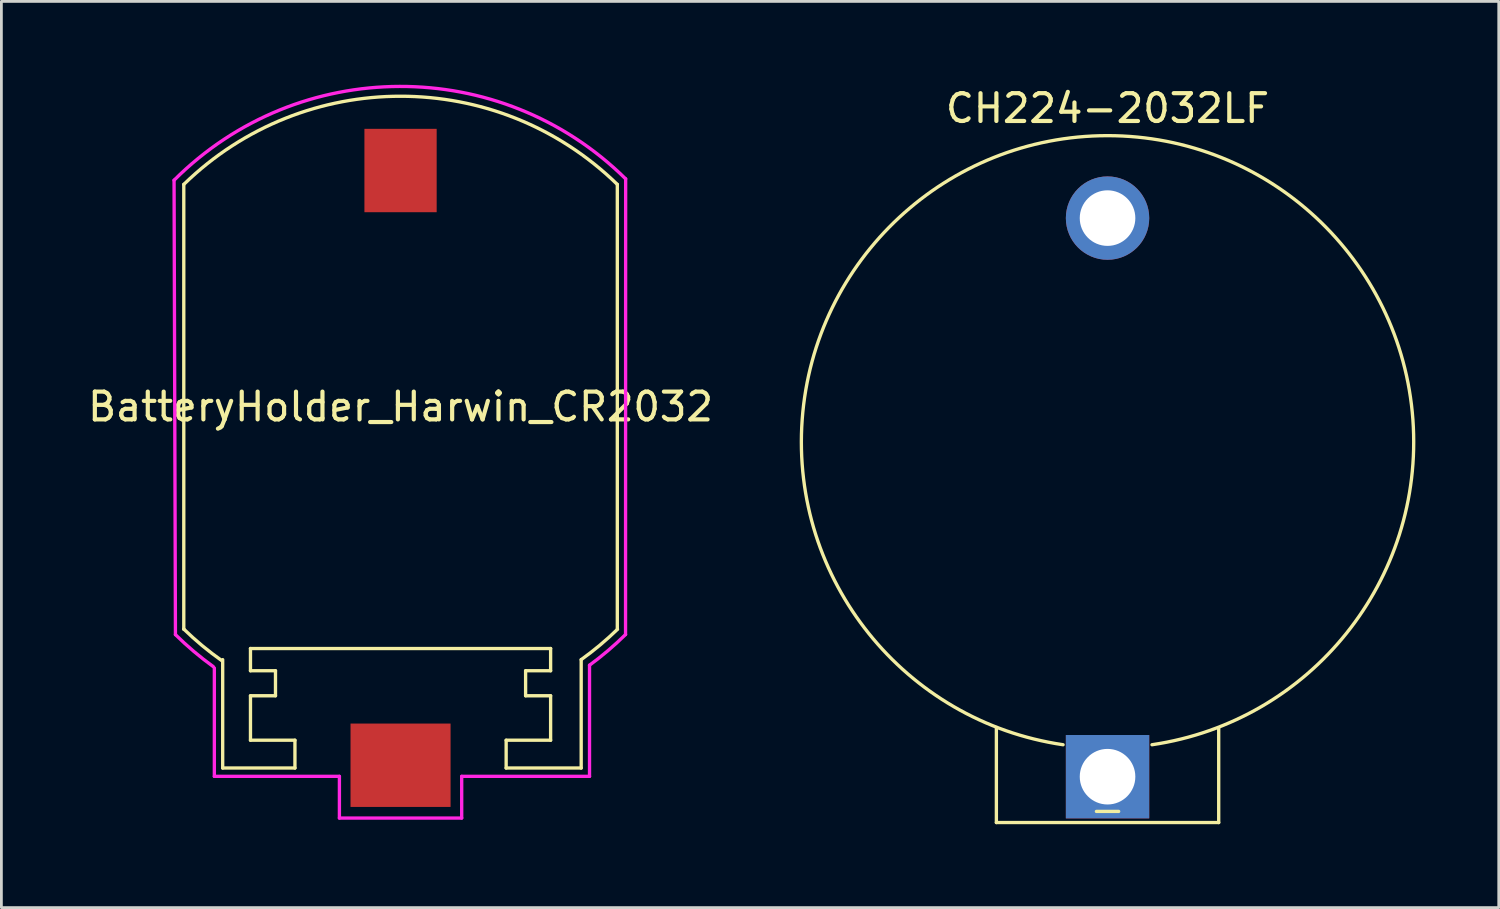
<source format=kicad_pcb>
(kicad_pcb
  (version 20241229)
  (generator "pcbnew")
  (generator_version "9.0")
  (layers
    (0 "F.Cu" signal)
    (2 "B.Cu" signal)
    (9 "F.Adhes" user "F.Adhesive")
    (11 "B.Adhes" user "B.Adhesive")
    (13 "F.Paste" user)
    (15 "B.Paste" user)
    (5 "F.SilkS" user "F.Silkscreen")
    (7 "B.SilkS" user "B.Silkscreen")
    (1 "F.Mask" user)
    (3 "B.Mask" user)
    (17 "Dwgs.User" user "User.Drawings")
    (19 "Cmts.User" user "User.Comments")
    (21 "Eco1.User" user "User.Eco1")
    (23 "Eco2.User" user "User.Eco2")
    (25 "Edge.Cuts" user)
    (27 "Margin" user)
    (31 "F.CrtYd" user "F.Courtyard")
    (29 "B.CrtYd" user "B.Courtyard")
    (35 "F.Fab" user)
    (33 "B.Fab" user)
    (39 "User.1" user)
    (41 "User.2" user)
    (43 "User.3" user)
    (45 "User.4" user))
  (footprint "BatteryHolder_Harwin_CR2032"
    (layer "F.Cu")
    (at 11.363 11.586)
    (property "Reference" "BatteryHolder_Harwin_CR2032" (at 0 0 0) (layer "F.SilkS") (effects (font (size 1 1) (thickness 0.15))))
    (attr through_hole)
    (fp_line (start -7.8 -8) (end -7.8 8) (stroke (width 0.12) (type solid)) (layer "F.SilkS"))
    (fp_line (start -7.8 8) (end -7.8 8) (stroke (width 0.12) (type solid)) (layer "F.SilkS"))
    (fp_line (start -6.4 9.1) (end -6.4 13) (stroke (width 0.12) (type solid)) (layer "F.SilkS"))
    (fp_line (start -6.4 13) (end -3.8 13) (stroke (width 0.12) (type solid)) (layer "F.SilkS"))
    (fp_line (start -5.4 8.7) (end 5.4 8.7) (stroke (width 0.12) (type solid)) (layer "F.SilkS"))
    (fp_line (start -5.4 9.5) (end -5.4 8.7) (stroke (width 0.12) (type solid)) (layer "F.SilkS"))
    (fp_line (start -5.4 10.4) (end -4.5 10.4) (stroke (width 0.12) (type solid)) (layer "F.SilkS"))
    (fp_line (start -5.4 12) (end -5.4 10.4) (stroke (width 0.12) (type solid)) (layer "F.SilkS"))
    (fp_line (start -4.5 9.5) (end -5.4 9.5) (stroke (width 0.12) (type solid)) (layer "F.SilkS"))
    (fp_line (start -4.5 10.4) (end -4.5 9.5) (stroke (width 0.12) (type solid)) (layer "F.SilkS"))
    (fp_line (start -3.8 12) (end -5.4 12) (stroke (width 0.12) (type solid)) (layer "F.SilkS"))
    (fp_line (start -3.8 13) (end -3.8 12) (stroke (width 0.12) (type solid)) (layer "F.SilkS"))
    (fp_line (start 3.8 12) (end 3.8 13) (stroke (width 0.12) (type solid)) (layer "F.SilkS"))
    (fp_line (start 3.8 13) (end 6.5 13) (stroke (width 0.12) (type solid)) (layer "F.SilkS"))
    (fp_line (start 4.5 9.5) (end 4.5 10.4) (stroke (width 0.12) (type solid)) (layer "F.SilkS"))
    (fp_line (start 4.5 10.4) (end 5.4 10.4) (stroke (width 0.12) (type solid)) (layer "F.SilkS"))
    (fp_line (start 5.4 8.7) (end 5.4 9.5) (stroke (width 0.12) (type solid)) (layer "F.SilkS"))
    (fp_line (start 5.4 9.5) (end 4.5 9.5) (stroke (width 0.12) (type solid)) (layer "F.SilkS"))
    (fp_line (start 5.4 10.4) (end 5.4 12) (stroke (width 0.12) (type solid)) (layer "F.SilkS"))
    (fp_line (start 5.4 12) (end 3.8 12) (stroke (width 0.12) (type solid)) (layer "F.SilkS"))
    (fp_line (start 6.5 13) (end 6.5 9.1) (stroke (width 0.12) (type solid)) (layer "F.SilkS"))
    (fp_line (start 7.8 -8) (end 7.8 8) (stroke (width 0.12) (type solid)) (layer "F.SilkS"))
    (fp_arc (start -7.799999 -7.999999) (mid 0 -11.173181) (end 7.799999 -7.999999) (stroke (width 0.12) (type solid)) (layer "F.SilkS"))
    (fp_arc (start -6.427604 9.139249) (mid -7.136571 8.597053) (end -7.799999 7.999999) (stroke (width 0.12) (type solid)) (layer "F.SilkS"))
    (fp_arc (start 7.80687 8.007044) (mid 7.174278 8.578444) (end 6.499999 9.099999) (stroke (width 0.12) (type solid)) (layer "F.SilkS"))
    (fp_line (start -8.15 -8.15) (end -8.1 8.2) (stroke (width 0.12) (type solid)) (layer "F.CrtYd"))
    (fp_line (start -6.7 9.4) (end -6.7 13.3) (stroke (width 0.12) (type solid)) (layer "F.CrtYd"))
    (fp_line (start -6.7 13.3) (end -2.2 13.3) (stroke (width 0.12) (type solid)) (layer "F.CrtYd"))
    (fp_line (start -2.2 13.3) (end -2.2 14.8) (stroke (width 0.12) (type solid)) (layer "F.CrtYd"))
    (fp_line (start -2.2 14.8) (end 2.2 14.8) (stroke (width 0.12) (type solid)) (layer "F.CrtYd"))
    (fp_line (start 2.2 13.3) (end 6.8 13.3) (stroke (width 0.12) (type solid)) (layer "F.CrtYd"))
    (fp_line (start 2.2 14.8) (end 2.2 13.3) (stroke (width 0.12) (type solid)) (layer "F.CrtYd"))
    (fp_line (start 6.8 13.3) (end 6.8 9.3) (stroke (width 0.12) (type solid)) (layer "F.CrtYd"))
    (fp_line (start 8.096 8.196) (end 8.1 -8.2) (stroke (width 0.12) (type solid)) (layer "F.CrtYd"))
    (fp_arc (start -8.150153 -8.150153) (mid -0.035356 -11.526003) (end 8.1 -8.2) (stroke (width 0.12) (type solid)) (layer "F.CrtYd"))
    (fp_arc (start -6.737378 9.351883) (mid -7.441011 8.802348) (end -8.099999 8.199999) (stroke (width 0.12) (type solid)) (layer "F.CrtYd"))
    (fp_arc (start 8.09634 8.196295) (mid 7.468586 8.772126) (end 6.799999 9.299999) (stroke (width 0.12) (type solid)) (layer "F.CrtYd"))
    (pad "1" smd rect (at 0 12.9) (size 3.6 3) (layers "F.Cu" "F.Mask" "F.Paste"))
    (pad "2" smd rect (at 0 -8.5) (size 2.6 3) (layers "F.Cu" "F.Mask" "F.Paste")))
  (footprint "CH224-2032LF"
    (layer "F.Cu")
    (at 36.803 12.848)
    (property "Reference" "CH224-2032LF" (at 0 -12 0) (layer "F.SilkS") (effects (font (size 1 1) (thickness 0.15))))
    (attr through_hole)
    (fp_line (start -4 13.7) (end -4 10.3) (stroke (width 0.12) (type solid)) (layer "F.SilkS"))
    (fp_line (start -4 13.7) (end 4 13.7) (stroke (width 0.12) (type solid)) (layer "F.SilkS"))
    (fp_line (start -0.4 13.3) (end 0.4 13.3) (stroke (width 0.12) (type solid)) (layer "F.SilkS"))
    (fp_line (start 4 13.7) (end 4 10.3) (stroke (width 0.12) (type solid)) (layer "F.SilkS"))
    (fp_arc (start -1.600001 10.899999) (mid 0.000001 -11.016805) (end 1.599999 10.899999) (stroke (width 0.12) (type solid)) (layer "F.SilkS"))
    (pad "1" thru_hole rect (at 0 12.05) (size 3 3) (drill 2) (layers "*.Cu" "*.Mask"))
    (pad "2" thru_hole circle (at 0 -8.05) (size 3 3) (drill 2) (layers "*.Cu" "*.Mask")))
  (gr_rect
    (start -3 -3)
    (end 50.88 29.608)
    (stroke (width 0.1) (type default))
    (fill no)
    (layer "Edge.Cuts")))
</source>
